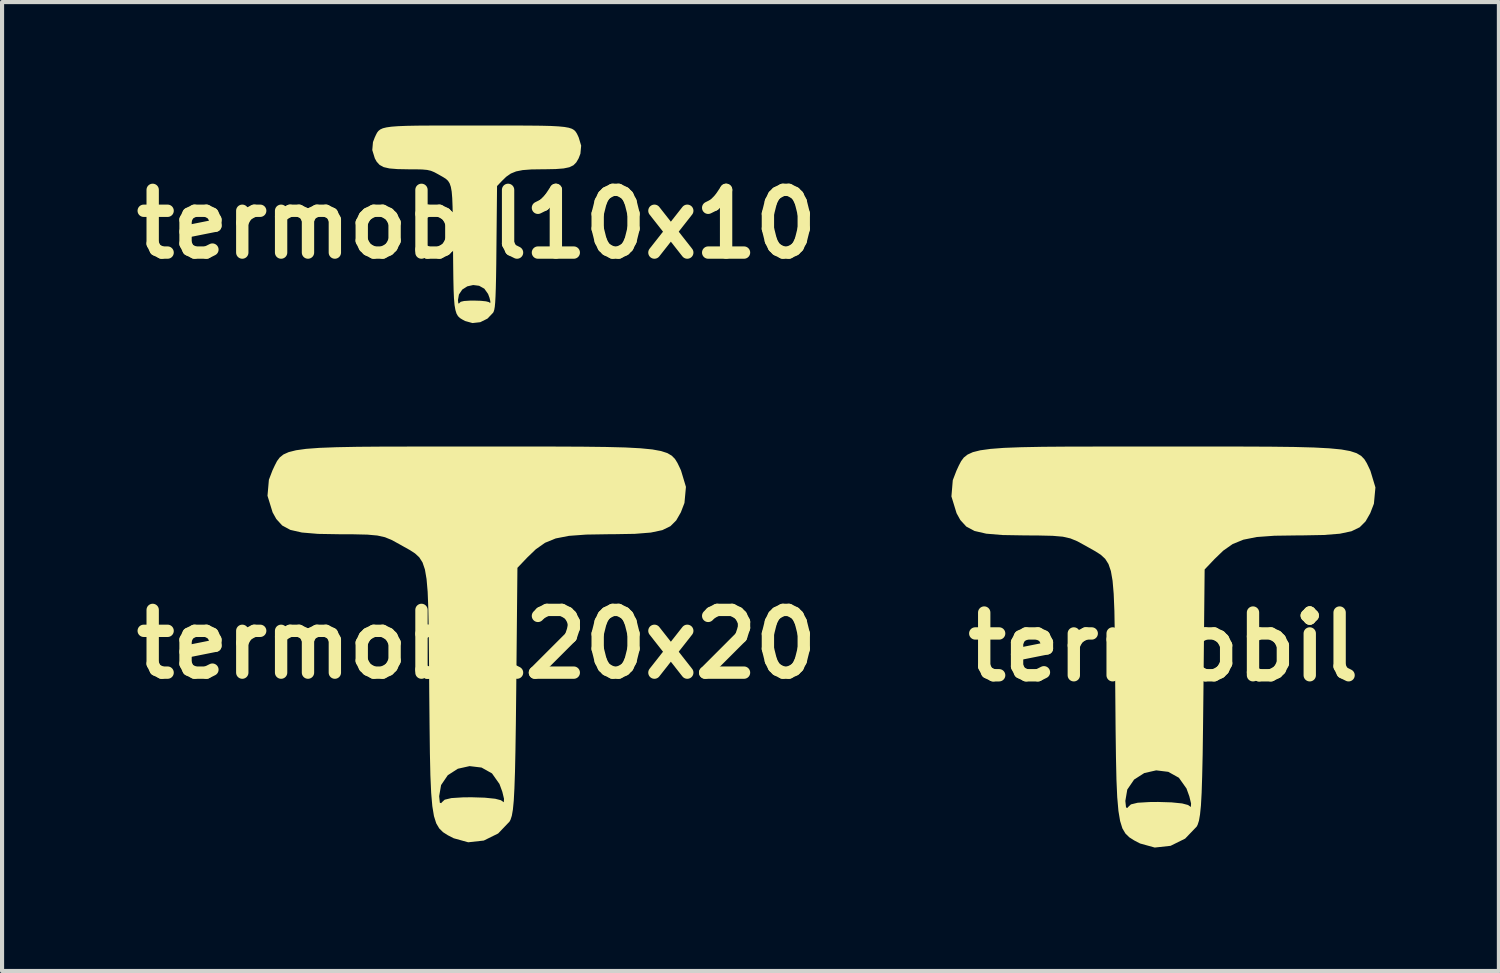
<source format=kicad_pcb>
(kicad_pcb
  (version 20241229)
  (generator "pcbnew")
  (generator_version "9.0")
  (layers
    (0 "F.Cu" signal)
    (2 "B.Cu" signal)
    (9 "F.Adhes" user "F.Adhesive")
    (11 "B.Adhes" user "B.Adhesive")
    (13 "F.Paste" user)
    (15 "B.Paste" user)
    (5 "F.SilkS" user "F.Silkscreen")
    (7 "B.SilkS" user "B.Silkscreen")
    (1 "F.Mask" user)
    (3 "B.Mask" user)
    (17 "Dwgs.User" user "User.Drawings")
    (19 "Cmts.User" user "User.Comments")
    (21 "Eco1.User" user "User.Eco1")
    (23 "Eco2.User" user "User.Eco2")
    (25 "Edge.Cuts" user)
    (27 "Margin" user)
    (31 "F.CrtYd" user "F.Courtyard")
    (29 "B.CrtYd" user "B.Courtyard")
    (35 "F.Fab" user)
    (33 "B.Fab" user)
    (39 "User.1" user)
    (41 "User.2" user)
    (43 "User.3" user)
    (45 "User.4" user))
  (footprint "termobil10x10"
    (layer "F.Cu")
    (at 8.534 2.398)
    (property "Reference" "termobil10x10" (at 0 0 0) (layer "F.SilkS") (effects (font (size 1.524 1.524) (thickness 0.3))))
    (attr board_only exclude_from_pos_files exclude_from_bom)
    (fp_poly (pts (xy 0.924 -2.398) (xy 1.278 -2.396) (xy 1.569 -2.393) (xy 1.803 -2.387) (xy 1.988 -2.377) (xy 2.13 -2.363) (xy 2.236 -2.344) (xy 2.313 -2.319) (xy 2.367 -2.287) (xy 2.405 -2.247) (xy 2.435 -2.2) (xy 2.462 -2.143) (xy 2.478 -2.108) (xy 2.538 -1.909) (xy 2.52 -1.714) (xy 2.476 -1.6) (xy 2.42 -1.503) (xy 2.35 -1.432) (xy 2.251 -1.384) (xy 2.112 -1.355) (xy 1.918 -1.34) (xy 1.656 -1.335) (xy 1.606 -1.335) (xy 1.329 -1.331) (xy 1.118 -1.315) (xy 0.957 -1.283) (xy 0.829 -1.231) (xy 0.717 -1.153) (xy 0.612 -1.051) (xy 0.494 -0.927) (xy 0.479 0.562) (xy 0.475 0.963) (xy 0.47 1.288) (xy 0.464 1.547) (xy 0.457 1.748) (xy 0.449 1.898) (xy 0.439 2.006) (xy 0.426 2.08) (xy 0.41 2.129) (xy 0.398 2.151) (xy 0.26 2.295) (xy 0.086 2.381) (xy -0.103 2.402) (xy -0.28 2.353) (xy -0.35 2.316) (xy -0.408 2.28) (xy -0.455 2.234) (xy -0.491 2.172) (xy -0.518 2.084) (xy -0.539 1.964) (xy -0.549 1.844) (xy -0.456 1.844) (xy -0.447 1.923) (xy -0.429 1.927) (xy -0.425 1.919) (xy -0.388 1.885) (xy -0.307 1.866) (xy -0.166 1.857) (xy -0.063 1.856) (xy 0.097 1.861) (xy 0.224 1.874) (xy 0.295 1.892) (xy 0.302 1.898) (xy 0.329 1.916) (xy 0.331 1.874) (xy 0.311 1.789) (xy 0.276 1.695) (xy 0.185 1.567) (xy 0.058 1.496) (xy -0.086 1.478) (xy -0.229 1.51) (xy -0.351 1.588) (xy -0.432 1.708) (xy -0.456 1.844) (xy -0.549 1.844) (xy -0.553 1.801) (xy -0.562 1.589) (xy -0.568 1.318) (xy -0.572 0.98) (xy -0.576 0.567) (xy -0.576 0.564) (xy -0.579 0.16) (xy -0.582 -0.168) (xy -0.587 -0.43) (xy -0.595 -0.635) (xy -0.608 -0.791) (xy -0.629 -0.907) (xy -0.658 -0.992) (xy -0.697 -1.054) (xy -0.749 -1.102) (xy -0.815 -1.144) (xy -0.896 -1.19) (xy -0.938 -1.214) (xy -1.031 -1.264) (xy -1.113 -1.298) (xy -1.205 -1.319) (xy -1.326 -1.33) (xy -1.497 -1.334) (xy -1.66 -1.334) (xy -1.925 -1.339) (xy -2.121 -1.355) (xy -2.261 -1.387) (xy -2.36 -1.441) (xy -2.431 -1.519) (xy -2.476 -1.6) (xy -2.538 -1.801) (xy -2.521 -1.995) (xy -2.478 -2.108) (xy -2.449 -2.17) (xy -2.422 -2.223) (xy -2.389 -2.266) (xy -2.344 -2.302) (xy -2.281 -2.331) (xy -2.191 -2.353) (xy -2.07 -2.37) (xy -1.909 -2.382) (xy -1.703 -2.39) (xy -1.443 -2.395) (xy -1.124 -2.397) (xy -0.739 -2.398) (xy -0.282 -2.398) (xy 0 -2.398) (xy 0.5 -2.398)) (stroke (width 0) (type solid)) (fill yes) (layer "F.SilkS")))
  (footprint "termobil"
    (layer "F.Cu")
    (at 25.22 12.669)
    (property "Reference" "termobil" (at 0 0 0) (layer "F.SilkS") (effects (font (size 1.524 1.524) (thickness 0.3))))
    (attr board_only exclude_from_pos_files exclude_from_bom)
    (fp_poly (pts (xy 1.876 -4.868) (xy 2.594 -4.865) (xy 3.184 -4.858) (xy 3.66 -4.845) (xy 4.035 -4.825) (xy 4.324 -4.797) (xy 4.539 -4.758) (xy 4.694 -4.707) (xy 4.804 -4.642) (xy 4.882 -4.562) (xy 4.942 -4.465) (xy 4.997 -4.35) (xy 5.03 -4.279) (xy 5.152 -3.875) (xy 5.115 -3.479) (xy 5.026 -3.248) (xy 4.913 -3.051) (xy 4.77 -2.907) (xy 4.57 -2.81) (xy 4.287 -2.75) (xy 3.893 -2.719) (xy 3.361 -2.709) (xy 3.26 -2.709) (xy 2.698 -2.701) (xy 2.27 -2.67) (xy 1.943 -2.605) (xy 1.683 -2.499) (xy 1.456 -2.34) (xy 1.242 -2.134) (xy 1.002 -1.881) (xy 0.972 1.14) (xy 0.963 1.954) (xy 0.954 2.615) (xy 0.942 3.141) (xy 0.929 3.548) (xy 0.912 3.853) (xy 0.89 4.072) (xy 0.864 4.223) (xy 0.832 4.322) (xy 0.809 4.366) (xy 0.528 4.659) (xy 0.174 4.834) (xy -0.21 4.876) (xy -0.567 4.777) (xy -0.711 4.702) (xy -0.829 4.627) (xy -0.923 4.535) (xy -0.997 4.409) (xy -1.052 4.231) (xy -1.093 3.986) (xy -1.114 3.743) (xy -0.925 3.743) (xy -0.908 3.903) (xy -0.871 3.913) (xy -0.862 3.895) (xy -0.789 3.827) (xy -0.624 3.787) (xy -0.337 3.77) (xy -0.127 3.768) (xy 0.198 3.778) (xy 0.455 3.804) (xy 0.599 3.842) (xy 0.613 3.852) (xy 0.667 3.89) (xy 0.672 3.804) (xy 0.63 3.632) (xy 0.561 3.441) (xy 0.376 3.18) (xy 0.118 3.036) (xy -0.175 3) (xy -0.465 3.066) (xy -0.712 3.224) (xy -0.878 3.467) (xy -0.925 3.743) (xy -1.114 3.743) (xy -1.122 3.656) (xy -1.141 3.225) (xy -1.153 2.675) (xy -1.162 1.989) (xy -1.169 1.151) (xy -1.169 1.144) (xy -1.176 0.326) (xy -1.182 -0.341) (xy -1.191 -0.873) (xy -1.208 -1.289) (xy -1.235 -1.606) (xy -1.276 -1.842) (xy -1.335 -2.014) (xy -1.415 -2.14) (xy -1.52 -2.237) (xy -1.654 -2.323) (xy -1.819 -2.416) (xy -1.905 -2.464) (xy -2.093 -2.567) (xy -2.26 -2.636) (xy -2.446 -2.678) (xy -2.692 -2.699) (xy -3.038 -2.707) (xy -3.37 -2.709) (xy -3.908 -2.718) (xy -4.305 -2.751) (xy -4.59 -2.817) (xy -4.79 -2.924) (xy -4.935 -3.083) (xy -5.026 -3.248) (xy -5.151 -3.656) (xy -5.118 -4.05) (xy -5.03 -4.279) (xy -4.972 -4.405) (xy -4.916 -4.512) (xy -4.85 -4.601) (xy -4.759 -4.673) (xy -4.63 -4.732) (xy -4.449 -4.777) (xy -4.202 -4.811) (xy -3.876 -4.836) (xy -3.456 -4.852) (xy -2.93 -4.862) (xy -2.283 -4.867) (xy -1.501 -4.868) (xy -0.572 -4.868) (xy 0 -4.868) (xy 1.016 -4.868)) (stroke (width 0) (type solid)) (fill yes) (layer "F.SilkS")))
  (footprint "termobil20x20"
    (layer "F.Cu")
    (at 8.534 12.605)
    (property "Reference" "termobil20x20" (at 0 0 0) (layer "F.SilkS") (effects (font (size 1.524 1.524) (thickness 0.3))))
    (attr board_only exclude_from_pos_files exclude_from_bom)
    (fp_poly (pts (xy 1.851 -4.804) (xy 2.56 -4.801) (xy 3.143 -4.794) (xy 3.612 -4.782) (xy 3.982 -4.762) (xy 4.267 -4.734) (xy 4.479 -4.695) (xy 4.633 -4.645) (xy 4.741 -4.581) (xy 4.818 -4.502) (xy 4.877 -4.407) (xy 4.932 -4.293) (xy 4.964 -4.223) (xy 5.084 -3.824) (xy 5.048 -3.434) (xy 4.96 -3.205) (xy 4.848 -3.01) (xy 4.707 -2.869) (xy 4.51 -2.773) (xy 4.23 -2.714) (xy 3.842 -2.683) (xy 3.317 -2.674) (xy 3.218 -2.674) (xy 2.662 -2.665) (xy 2.24 -2.634) (xy 1.918 -2.571) (xy 1.661 -2.466) (xy 1.437 -2.309) (xy 1.226 -2.106) (xy 0.989 -1.857) (xy 0.96 1.125) (xy 0.951 1.928) (xy 0.941 2.581) (xy 0.93 3.1) (xy 0.916 3.501) (xy 0.9 3.802) (xy 0.879 4.018) (xy 0.853 4.167) (xy 0.821 4.265) (xy 0.798 4.308) (xy 0.521 4.598) (xy 0.172 4.77) (xy -0.207 4.812) (xy -0.56 4.714) (xy -0.702 4.641) (xy -0.818 4.567) (xy -0.911 4.475) (xy -0.984 4.351) (xy -1.039 4.176) (xy -1.079 3.934) (xy -1.1 3.693) (xy -0.913 3.693) (xy -0.896 3.852) (xy -0.86 3.861) (xy -0.851 3.843) (xy -0.778 3.777) (xy -0.616 3.738) (xy -0.332 3.72) (xy -0.125 3.718) (xy 0.195 3.728) (xy 0.449 3.754) (xy 0.591 3.791) (xy 0.604 3.802) (xy 0.659 3.839) (xy 0.663 3.754) (xy 0.622 3.584) (xy 0.553 3.396) (xy 0.371 3.138) (xy 0.117 2.996) (xy -0.173 2.961) (xy -0.459 3.025) (xy -0.703 3.182) (xy -0.866 3.422) (xy -0.913 3.693) (xy -1.1 3.693) (xy -1.107 3.608) (xy -1.126 3.182) (xy -1.138 2.639) (xy -1.146 1.963) (xy -1.154 1.136) (xy -1.154 1.129) (xy -1.16 0.322) (xy -1.166 -0.336) (xy -1.176 -0.862) (xy -1.192 -1.272) (xy -1.219 -1.585) (xy -1.259 -1.818) (xy -1.317 -1.988) (xy -1.396 -2.112) (xy -1.5 -2.208) (xy -1.632 -2.293) (xy -1.795 -2.384) (xy -1.88 -2.432) (xy -2.065 -2.533) (xy -2.23 -2.601) (xy -2.414 -2.642) (xy -2.657 -2.664) (xy -2.998 -2.672) (xy -3.325 -2.673) (xy -3.856 -2.682) (xy -4.248 -2.715) (xy -4.529 -2.779) (xy -4.727 -2.886) (xy -4.87 -3.043) (xy -4.96 -3.205) (xy -5.084 -3.608) (xy -5.05 -3.997) (xy -4.964 -4.223) (xy -4.906 -4.347) (xy -4.852 -4.452) (xy -4.786 -4.54) (xy -4.696 -4.612) (xy -4.569 -4.669) (xy -4.39 -4.714) (xy -4.147 -4.748) (xy -3.825 -4.772) (xy -3.411 -4.788) (xy -2.891 -4.798) (xy -2.253 -4.803) (xy -1.481 -4.804) (xy -0.564 -4.804) (xy 0 -4.804) (xy 1.002 -4.804)) (stroke (width 0) (type solid)) (fill yes) (layer "F.SilkS")))
  (gr_rect
    (start -3 -3)
    (end 33.372 20.545)
    (stroke (width 0.1) (type default))
    (fill no)
    (layer "Edge.Cuts")))
</source>
